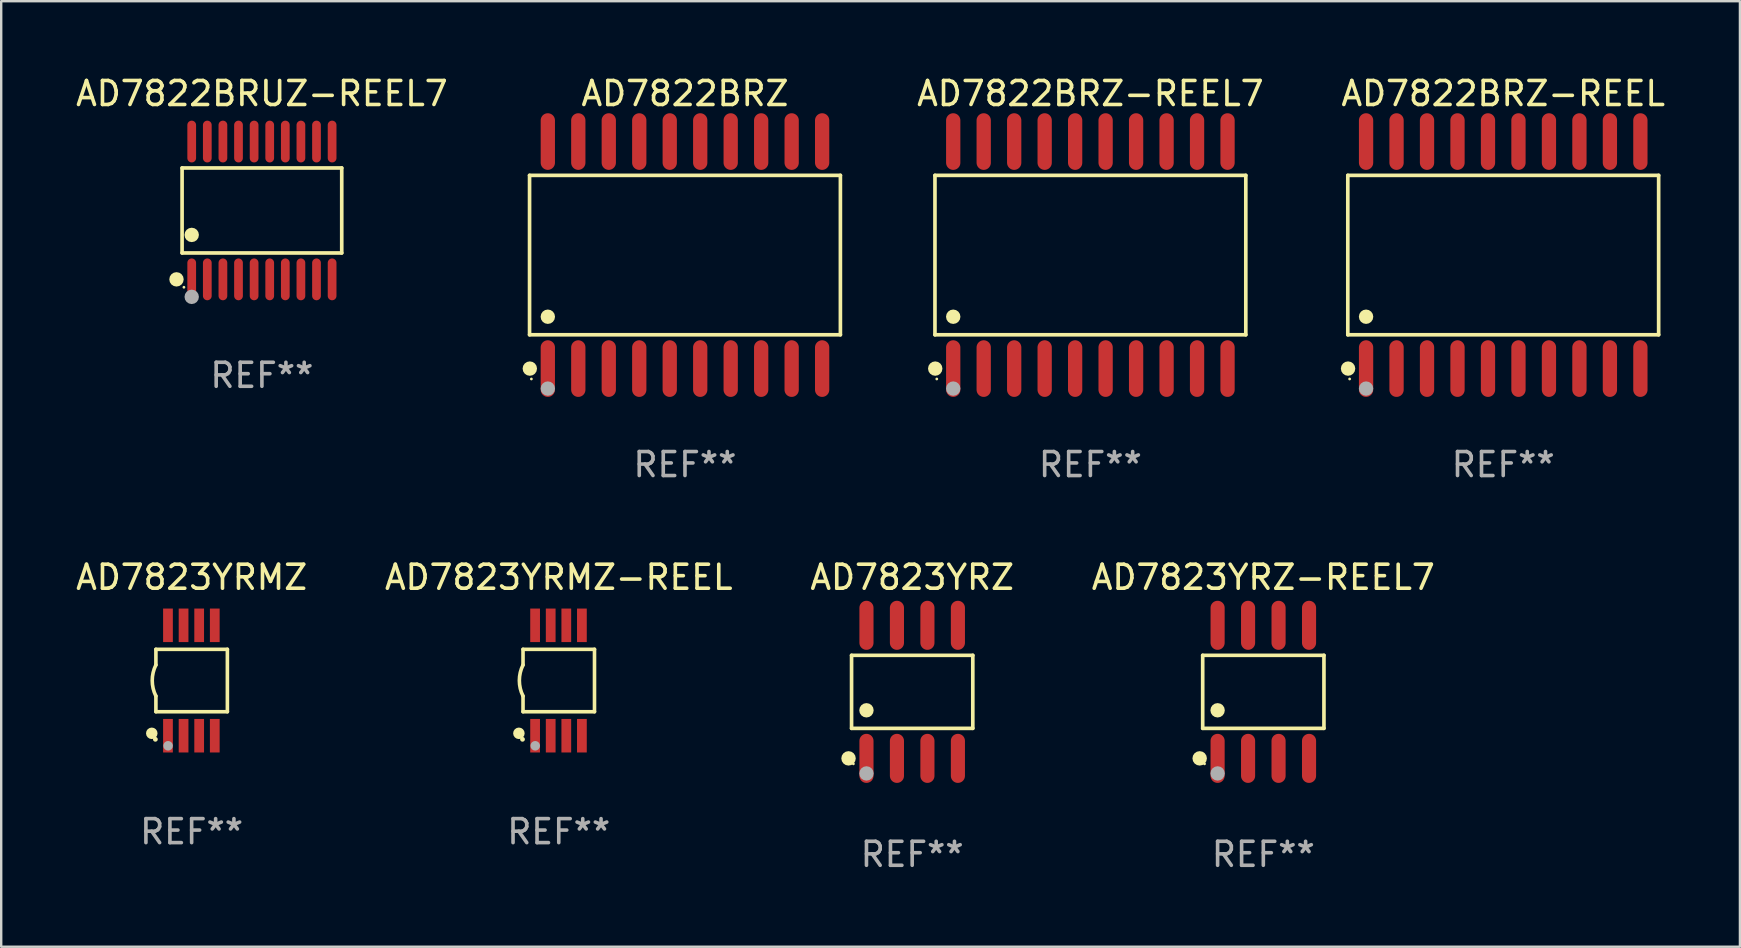
<source format=kicad_pcb>
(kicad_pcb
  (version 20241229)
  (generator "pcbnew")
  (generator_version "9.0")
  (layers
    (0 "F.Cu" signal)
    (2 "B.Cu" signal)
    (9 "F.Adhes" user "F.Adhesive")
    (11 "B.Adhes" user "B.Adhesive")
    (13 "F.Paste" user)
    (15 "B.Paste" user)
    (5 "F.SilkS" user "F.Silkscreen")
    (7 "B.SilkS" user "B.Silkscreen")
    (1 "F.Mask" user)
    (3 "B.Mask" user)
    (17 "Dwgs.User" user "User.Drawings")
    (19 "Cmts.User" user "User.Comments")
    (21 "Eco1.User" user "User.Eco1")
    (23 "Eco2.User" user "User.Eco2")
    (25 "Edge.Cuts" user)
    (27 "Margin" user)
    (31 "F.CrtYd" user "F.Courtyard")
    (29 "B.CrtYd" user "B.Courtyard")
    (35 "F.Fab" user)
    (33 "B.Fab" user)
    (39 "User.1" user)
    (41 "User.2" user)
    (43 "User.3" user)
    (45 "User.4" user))
  (footprint "AD7823YRMZ-REEL"
    (layer "F.Cu")
    (at 20.232 25.305)
    (property "Reference" "AD7823YRMZ-REEL" (at 0 -4.3 0) (layer "F.SilkS") (effects (font (size 1 1) (thickness 0.15))))
    (attr through_hole)
    (fp_line (start -1.489 -1.3) (end -1.489 -0.648) (stroke (width 0.15) (type solid)) (layer "F.SilkS"))
    (fp_line (start -1.489 0.648) (end -1.489 1.3) (stroke (width 0.15) (type solid)) (layer "F.SilkS"))
    (fp_line (start -1.489 1.3) (end 1.489 1.3) (stroke (width 0.15) (type solid)) (layer "F.SilkS"))
    (fp_line (start 1.489 -1.3) (end -1.489 -1.3) (stroke (width 0.15) (type solid)) (layer "F.SilkS"))
    (fp_line (start 1.489 1.3) (end 1.489 -1.3) (stroke (width 0.15) (type solid)) (layer "F.SilkS"))
    (fp_arc (start -1.489205 0.647702) (mid -1.642107 0) (end -1.489205 -0.647701) (stroke (width 0.150013) (type solid)) (layer "F.SilkS"))
    (fp_circle (center -1.661 2.2) (end -1.541 2.2) (stroke (width 0.24) (type solid)) (fill no) (layer "F.SilkS"))
    (fp_circle (center -1.511 2.45) (end -1.461 2.45) (stroke (width 0.1) (type solid)) (fill no) (layer "F.SilkS"))
    (fp_circle (center -0.981 2.72) (end -0.881 2.72) (stroke (width 0.2) (type solid)) (fill no) (layer "F.Fab"))
    (fp_text user "REF**" (at 0 6.3 0) (layer "F.Fab") (effects (font (size 1 1) (thickness 0.15))))
    (pad "1" smd rect (at -0.986 2.3) (size 0.406 1.397) (layers "F.Cu" "F.Mask" "F.Paste"))
    (pad "2" smd rect (at -0.336 2.3) (size 0.406 1.397) (layers "F.Cu" "F.Mask" "F.Paste"))
    (pad "3" smd rect (at 0.314 2.3) (size 0.406 1.397) (layers "F.Cu" "F.Mask" "F.Paste"))
    (pad "4" smd rect (at 0.964 2.3) (size 0.406 1.397) (layers "F.Cu" "F.Mask" "F.Paste"))
    (pad "5" smd rect (at 0.964 -2.3) (size 0.406 1.397) (layers "F.Cu" "F.Mask" "F.Paste"))
    (pad "6" smd rect (at 0.314 -2.3) (size 0.406 1.397) (layers "F.Cu" "F.Mask" "F.Paste"))
    (pad "7" smd rect (at -0.336 -2.3) (size 0.406 1.397) (layers "F.Cu" "F.Mask" "F.Paste"))
    (pad "8" smd rect (at -0.986 -2.3) (size 0.406 1.397) (layers "F.Cu" "F.Mask" "F.Paste")))
  (footprint "AD7823YRZ-REEL7"
    (layer "F.Cu")
    (at 49.589 25.777)
    (property "Reference" "AD7823YRZ-REEL7" (at 0 -4.772 0) (layer "F.SilkS") (effects (font (size 1 1) (thickness 0.15))))
    (attr through_hole)
    (fp_line (start -2.526 -1.521) (end 2.526 -1.521) (stroke (width 0.152) (type solid)) (layer "F.SilkS"))
    (fp_line (start -2.526 1.521) (end -2.526 -1.521) (stroke (width 0.152) (type solid)) (layer "F.SilkS"))
    (fp_line (start 2.526 -1.521) (end 2.526 1.521) (stroke (width 0.152) (type solid)) (layer "F.SilkS"))
    (fp_line (start 2.526 1.521) (end -2.526 1.521) (stroke (width 0.152) (type solid)) (layer "F.SilkS"))
    (fp_circle (center -2.652 2.772) (end -2.501 2.772) (stroke (width 0.3) (type solid)) (fill no) (layer "F.SilkS"))
    (fp_circle (center -2.45 3) (end -2.42 3) (stroke (width 0.06) (type solid)) (fill no) (layer "F.SilkS"))
    (fp_circle (center -1.905 0.769) (end -1.755 0.769) (stroke (width 0.3) (type solid)) (fill no) (layer "F.SilkS"))
    (fp_circle (center -1.905 3.4) (end -1.755 3.4) (stroke (width 0.3) (type solid)) (fill no) (layer "F.Fab"))
    (fp_text user "REF**" (at 0 6.772 0) (layer "F.Fab") (effects (font (size 1 1) (thickness 0.15))))
    (pad "1" smd oval (at -1.905 2.772) (size 0.588 2.045) (layers "F.Cu" "F.Mask" "F.Paste"))
    (pad "2" smd oval (at -0.635 2.772) (size 0.588 2.045) (layers "F.Cu" "F.Mask" "F.Paste"))
    (pad "3" smd oval (at 0.635 2.772) (size 0.588 2.045) (layers "F.Cu" "F.Mask" "F.Paste"))
    (pad "4" smd oval (at 1.905 2.772) (size 0.588 2.045) (layers "F.Cu" "F.Mask" "F.Paste"))
    (pad "5" smd oval (at 1.905 -2.772) (size 0.588 2.045) (layers "F.Cu" "F.Mask" "F.Paste"))
    (pad "6" smd oval (at 0.635 -2.772) (size 0.588 2.045) (layers "F.Cu" "F.Mask" "F.Paste"))
    (pad "7" smd oval (at -0.635 -2.772) (size 0.588 2.045) (layers "F.Cu" "F.Mask" "F.Paste"))
    (pad "8" smd oval (at -1.905 -2.772) (size 0.588 2.045) (layers "F.Cu" "F.Mask" "F.Paste")))
  (footprint "AD7823YRZ"
    (layer "F.Cu")
    (at 34.958 25.777)
    (property "Reference" "AD7823YRZ" (at 0 -4.772 0) (layer "F.SilkS") (effects (font (size 1 1) (thickness 0.15))))
    (attr through_hole)
    (fp_line (start -2.526 -1.521) (end 2.526 -1.521) (stroke (width 0.152) (type solid)) (layer "F.SilkS"))
    (fp_line (start -2.526 1.521) (end -2.526 -1.521) (stroke (width 0.152) (type solid)) (layer "F.SilkS"))
    (fp_line (start 2.526 -1.521) (end 2.526 1.521) (stroke (width 0.152) (type solid)) (layer "F.SilkS"))
    (fp_line (start 2.526 1.521) (end -2.526 1.521) (stroke (width 0.152) (type solid)) (layer "F.SilkS"))
    (fp_circle (center -2.652 2.772) (end -2.501 2.772) (stroke (width 0.3) (type solid)) (fill no) (layer "F.SilkS"))
    (fp_circle (center -2.45 3) (end -2.42 3) (stroke (width 0.06) (type solid)) (fill no) (layer "F.SilkS"))
    (fp_circle (center -1.905 0.769) (end -1.755 0.769) (stroke (width 0.3) (type solid)) (fill no) (layer "F.SilkS"))
    (fp_circle (center -1.905 3.4) (end -1.755 3.4) (stroke (width 0.3) (type solid)) (fill no) (layer "F.Fab"))
    (fp_text user "REF**" (at 0 6.772 0) (layer "F.Fab") (effects (font (size 1 1) (thickness 0.15))))
    (pad "1" smd oval (at -1.905 2.772) (size 0.588 2.045) (layers "F.Cu" "F.Mask" "F.Paste"))
    (pad "2" smd oval (at -0.635 2.772) (size 0.588 2.045) (layers "F.Cu" "F.Mask" "F.Paste"))
    (pad "3" smd oval (at 0.635 2.772) (size 0.588 2.045) (layers "F.Cu" "F.Mask" "F.Paste"))
    (pad "4" smd oval (at 1.905 2.772) (size 0.588 2.045) (layers "F.Cu" "F.Mask" "F.Paste"))
    (pad "5" smd oval (at 1.905 -2.772) (size 0.588 2.045) (layers "F.Cu" "F.Mask" "F.Paste"))
    (pad "6" smd oval (at 0.635 -2.772) (size 0.588 2.045) (layers "F.Cu" "F.Mask" "F.Paste"))
    (pad "7" smd oval (at -0.635 -2.772) (size 0.588 2.045) (layers "F.Cu" "F.Mask" "F.Paste"))
    (pad "8" smd oval (at -1.905 -2.772) (size 0.588 2.045) (layers "F.Cu" "F.Mask" "F.Paste")))
  (footprint "AD7822BRZ-REEL"
    (layer "F.Cu")
    (at 59.585 7.578)
    (property "Reference" "AD7822BRZ-REEL" (at 0 -6.73 0) (layer "F.SilkS") (effects (font (size 1 1) (thickness 0.15))))
    (attr through_hole)
    (fp_line (start -6.476 -3.321) (end 6.476 -3.321) (stroke (width 0.152) (type solid)) (layer "F.SilkS"))
    (fp_line (start -6.476 3.321) (end -6.476 -3.321) (stroke (width 0.152) (type solid)) (layer "F.SilkS"))
    (fp_line (start 6.476 -3.321) (end 6.476 3.321) (stroke (width 0.152) (type solid)) (layer "F.SilkS"))
    (fp_line (start 6.476 3.321) (end -6.476 3.321) (stroke (width 0.152) (type solid)) (layer "F.SilkS"))
    (fp_circle (center -6.465 4.73) (end -6.315 4.73) (stroke (width 0.3) (type solid)) (fill no) (layer "F.SilkS"))
    (fp_circle (center -6.4 5.163) (end -6.37 5.163) (stroke (width 0.06) (type solid)) (fill no) (layer "F.SilkS"))
    (fp_circle (center -5.715 2.569) (end -5.565 2.569) (stroke (width 0.3) (type solid)) (fill no) (layer "F.SilkS"))
    (fp_circle (center -5.715 5.563) (end -5.565 5.563) (stroke (width 0.3) (type solid)) (fill no) (layer "F.Fab"))
    (fp_text user "REF**" (at 0 8.73 0) (layer "F.Fab") (effects (font (size 1 1) (thickness 0.15))))
    (pad "1" smd oval (at -5.715 4.73) (size 0.595 2.36) (layers "F.Cu" "F.Mask" "F.Paste"))
    (pad "2" smd oval (at -4.445 4.73) (size 0.595 2.36) (layers "F.Cu" "F.Mask" "F.Paste"))
    (pad "3" smd oval (at -3.175 4.73) (size 0.595 2.36) (layers "F.Cu" "F.Mask" "F.Paste"))
    (pad "4" smd oval (at -1.905 4.73) (size 0.595 2.36) (layers "F.Cu" "F.Mask" "F.Paste"))
    (pad "5" smd oval (at -0.635 4.73) (size 0.595 2.36) (layers "F.Cu" "F.Mask" "F.Paste"))
    (pad "6" smd oval (at 0.635 4.73) (size 0.595 2.36) (layers "F.Cu" "F.Mask" "F.Paste"))
    (pad "7" smd oval (at 1.905 4.73) (size 0.595 2.36) (layers "F.Cu" "F.Mask" "F.Paste"))
    (pad "8" smd oval (at 3.175 4.73) (size 0.595 2.36) (layers "F.Cu" "F.Mask" "F.Paste"))
    (pad "9" smd oval (at 4.445 4.73) (size 0.595 2.36) (layers "F.Cu" "F.Mask" "F.Paste"))
    (pad "10" smd oval (at 5.715 4.73) (size 0.595 2.36) (layers "F.Cu" "F.Mask" "F.Paste"))
    (pad "11" smd oval (at 5.715 -4.73) (size 0.595 2.36) (layers "F.Cu" "F.Mask" "F.Paste"))
    (pad "12" smd oval (at 4.445 -4.73) (size 0.595 2.36) (layers "F.Cu" "F.Mask" "F.Paste"))
    (pad "13" smd oval (at 3.175 -4.73) (size 0.595 2.36) (layers "F.Cu" "F.Mask" "F.Paste"))
    (pad "14" smd oval (at 1.905 -4.73) (size 0.595 2.36) (layers "F.Cu" "F.Mask" "F.Paste"))
    (pad "15" smd oval (at 0.635 -4.73) (size 0.595 2.36) (layers "F.Cu" "F.Mask" "F.Paste"))
    (pad "16" smd oval (at -0.635 -4.73) (size 0.595 2.36) (layers "F.Cu" "F.Mask" "F.Paste"))
    (pad "17" smd oval (at -1.905 -4.73) (size 0.595 2.36) (layers "F.Cu" "F.Mask" "F.Paste"))
    (pad "18" smd oval (at -3.175 -4.73) (size 0.595 2.36) (layers "F.Cu" "F.Mask" "F.Paste"))
    (pad "19" smd oval (at -4.445 -4.73) (size 0.595 2.36) (layers "F.Cu" "F.Mask" "F.Paste"))
    (pad "20" smd oval (at -5.715 -4.73) (size 0.595 2.36) (layers "F.Cu" "F.Mask" "F.Paste")))
  (footprint "AD7822BRUZ-REEL7"
    (layer "F.Cu")
    (at 7.863 5.719)
    (property "Reference" "AD7822BRUZ-REEL7" (at 0 -4.871 0) (layer "F.SilkS") (effects (font (size 1 1) (thickness 0.15))))
    (attr through_hole)
    (fp_line (start -3.326 -1.771) (end 3.326 -1.771) (stroke (width 0.152) (type solid)) (layer "F.SilkS"))
    (fp_line (start -3.326 1.771) (end -3.326 -1.771) (stroke (width 0.152) (type solid)) (layer "F.SilkS"))
    (fp_line (start 3.326 -1.771) (end 3.326 1.771) (stroke (width 0.152) (type solid)) (layer "F.SilkS"))
    (fp_line (start 3.326 1.771) (end -3.326 1.771) (stroke (width 0.152) (type solid)) (layer "F.SilkS"))
    (fp_circle (center -3.559 2.871) (end -3.409 2.871) (stroke (width 0.3) (type solid)) (fill no) (layer "F.SilkS"))
    (fp_circle (center -3.25 3.2) (end -3.22 3.2) (stroke (width 0.06) (type solid)) (fill no) (layer "F.SilkS"))
    (fp_circle (center -2.925 1.019) (end -2.775 1.019) (stroke (width 0.3) (type solid)) (fill no) (layer "F.SilkS"))
    (fp_circle (center -2.925 3.6) (end -2.775 3.6) (stroke (width 0.3) (type solid)) (fill no) (layer "F.Fab"))
    (fp_text user "REF**" (at 0 6.871 0) (layer "F.Fab") (effects (font (size 1 1) (thickness 0.15))))
    (pad "1" smd oval (at -2.925 2.871) (size 0.364 1.742) (layers "F.Cu" "F.Mask" "F.Paste"))
    (pad "2" smd oval (at -2.275 2.871) (size 0.364 1.742) (layers "F.Cu" "F.Mask" "F.Paste"))
    (pad "3" smd oval (at -1.625 2.871) (size 0.364 1.742) (layers "F.Cu" "F.Mask" "F.Paste"))
    (pad "4" smd oval (at -0.975 2.871) (size 0.364 1.742) (layers "F.Cu" "F.Mask" "F.Paste"))
    (pad "5" smd oval (at -0.325 2.871) (size 0.364 1.742) (layers "F.Cu" "F.Mask" "F.Paste"))
    (pad "6" smd oval (at 0.325 2.871) (size 0.364 1.742) (layers "F.Cu" "F.Mask" "F.Paste"))
    (pad "7" smd oval (at 0.975 2.871) (size 0.364 1.742) (layers "F.Cu" "F.Mask" "F.Paste"))
    (pad "8" smd oval (at 1.625 2.871) (size 0.364 1.742) (layers "F.Cu" "F.Mask" "F.Paste"))
    (pad "9" smd oval (at 2.275 2.871) (size 0.364 1.742) (layers "F.Cu" "F.Mask" "F.Paste"))
    (pad "10" smd oval (at 2.925 2.871) (size 0.364 1.742) (layers "F.Cu" "F.Mask" "F.Paste"))
    (pad "11" smd oval (at 2.925 -2.871) (size 0.364 1.742) (layers "F.Cu" "F.Mask" "F.Paste"))
    (pad "12" smd oval (at 2.275 -2.871) (size 0.364 1.742) (layers "F.Cu" "F.Mask" "F.Paste"))
    (pad "13" smd oval (at 1.625 -2.871) (size 0.364 1.742) (layers "F.Cu" "F.Mask" "F.Paste"))
    (pad "14" smd oval (at 0.975 -2.871) (size 0.364 1.742) (layers "F.Cu" "F.Mask" "F.Paste"))
    (pad "15" smd oval (at 0.325 -2.871) (size 0.364 1.742) (layers "F.Cu" "F.Mask" "F.Paste"))
    (pad "16" smd oval (at -0.325 -2.871) (size 0.364 1.742) (layers "F.Cu" "F.Mask" "F.Paste"))
    (pad "17" smd oval (at -0.975 -2.871) (size 0.364 1.742) (layers "F.Cu" "F.Mask" "F.Paste"))
    (pad "18" smd oval (at -1.625 -2.871) (size 0.364 1.742) (layers "F.Cu" "F.Mask" "F.Paste"))
    (pad "19" smd oval (at -2.275 -2.871) (size 0.364 1.742) (layers "F.Cu" "F.Mask" "F.Paste"))
    (pad "20" smd oval (at -2.925 -2.871) (size 0.364 1.742) (layers "F.Cu" "F.Mask" "F.Paste")))
  (footprint "AD7822BRZ"
    (layer "F.Cu")
    (at 25.491 7.578)
    (property "Reference" "AD7822BRZ" (at 0 -6.73 0) (layer "F.SilkS") (effects (font (size 1 1) (thickness 0.15))))
    (attr through_hole)
    (fp_line (start -6.476 -3.321) (end 6.476 -3.321) (stroke (width 0.152) (type solid)) (layer "F.SilkS"))
    (fp_line (start -6.476 3.321) (end -6.476 -3.321) (stroke (width 0.152) (type solid)) (layer "F.SilkS"))
    (fp_line (start 6.476 -3.321) (end 6.476 3.321) (stroke (width 0.152) (type solid)) (layer "F.SilkS"))
    (fp_line (start 6.476 3.321) (end -6.476 3.321) (stroke (width 0.152) (type solid)) (layer "F.SilkS"))
    (fp_circle (center -6.465 4.73) (end -6.315 4.73) (stroke (width 0.3) (type solid)) (fill no) (layer "F.SilkS"))
    (fp_circle (center -6.4 5.163) (end -6.37 5.163) (stroke (width 0.06) (type solid)) (fill no) (layer "F.SilkS"))
    (fp_circle (center -5.715 2.569) (end -5.565 2.569) (stroke (width 0.3) (type solid)) (fill no) (layer "F.SilkS"))
    (fp_circle (center -5.715 5.563) (end -5.565 5.563) (stroke (width 0.3) (type solid)) (fill no) (layer "F.Fab"))
    (fp_text user "REF**" (at 0 8.73 0) (layer "F.Fab") (effects (font (size 1 1) (thickness 0.15))))
    (pad "1" smd oval (at -5.715 4.73) (size 0.595 2.36) (layers "F.Cu" "F.Mask" "F.Paste"))
    (pad "2" smd oval (at -4.445 4.73) (size 0.595 2.36) (layers "F.Cu" "F.Mask" "F.Paste"))
    (pad "3" smd oval (at -3.175 4.73) (size 0.595 2.36) (layers "F.Cu" "F.Mask" "F.Paste"))
    (pad "4" smd oval (at -1.905 4.73) (size 0.595 2.36) (layers "F.Cu" "F.Mask" "F.Paste"))
    (pad "5" smd oval (at -0.635 4.73) (size 0.595 2.36) (layers "F.Cu" "F.Mask" "F.Paste"))
    (pad "6" smd oval (at 0.635 4.73) (size 0.595 2.36) (layers "F.Cu" "F.Mask" "F.Paste"))
    (pad "7" smd oval (at 1.905 4.73) (size 0.595 2.36) (layers "F.Cu" "F.Mask" "F.Paste"))
    (pad "8" smd oval (at 3.175 4.73) (size 0.595 2.36) (layers "F.Cu" "F.Mask" "F.Paste"))
    (pad "9" smd oval (at 4.445 4.73) (size 0.595 2.36) (layers "F.Cu" "F.Mask" "F.Paste"))
    (pad "10" smd oval (at 5.715 4.73) (size 0.595 2.36) (layers "F.Cu" "F.Mask" "F.Paste"))
    (pad "11" smd oval (at 5.715 -4.73) (size 0.595 2.36) (layers "F.Cu" "F.Mask" "F.Paste"))
    (pad "12" smd oval (at 4.445 -4.73) (size 0.595 2.36) (layers "F.Cu" "F.Mask" "F.Paste"))
    (pad "13" smd oval (at 3.175 -4.73) (size 0.595 2.36) (layers "F.Cu" "F.Mask" "F.Paste"))
    (pad "14" smd oval (at 1.905 -4.73) (size 0.595 2.36) (layers "F.Cu" "F.Mask" "F.Paste"))
    (pad "15" smd oval (at 0.635 -4.73) (size 0.595 2.36) (layers "F.Cu" "F.Mask" "F.Paste"))
    (pad "16" smd oval (at -0.635 -4.73) (size 0.595 2.36) (layers "F.Cu" "F.Mask" "F.Paste"))
    (pad "17" smd oval (at -1.905 -4.73) (size 0.595 2.36) (layers "F.Cu" "F.Mask" "F.Paste"))
    (pad "18" smd oval (at -3.175 -4.73) (size 0.595 2.36) (layers "F.Cu" "F.Mask" "F.Paste"))
    (pad "19" smd oval (at -4.445 -4.73) (size 0.595 2.36) (layers "F.Cu" "F.Mask" "F.Paste"))
    (pad "20" smd oval (at -5.715 -4.73) (size 0.595 2.36) (layers "F.Cu" "F.Mask" "F.Paste")))
  (footprint "AD7822BRZ-REEL7"
    (layer "F.Cu")
    (at 42.383 7.578)
    (property "Reference" "AD7822BRZ-REEL7" (at 0 -6.73 0) (layer "F.SilkS") (effects (font (size 1 1) (thickness 0.15))))
    (attr through_hole)
    (fp_line (start -6.476 -3.321) (end 6.476 -3.321) (stroke (width 0.152) (type solid)) (layer "F.SilkS"))
    (fp_line (start -6.476 3.321) (end -6.476 -3.321) (stroke (width 0.152) (type solid)) (layer "F.SilkS"))
    (fp_line (start 6.476 -3.321) (end 6.476 3.321) (stroke (width 0.152) (type solid)) (layer "F.SilkS"))
    (fp_line (start 6.476 3.321) (end -6.476 3.321) (stroke (width 0.152) (type solid)) (layer "F.SilkS"))
    (fp_circle (center -6.465 4.73) (end -6.315 4.73) (stroke (width 0.3) (type solid)) (fill no) (layer "F.SilkS"))
    (fp_circle (center -6.4 5.163) (end -6.37 5.163) (stroke (width 0.06) (type solid)) (fill no) (layer "F.SilkS"))
    (fp_circle (center -5.715 2.569) (end -5.565 2.569) (stroke (width 0.3) (type solid)) (fill no) (layer "F.SilkS"))
    (fp_circle (center -5.715 5.563) (end -5.565 5.563) (stroke (width 0.3) (type solid)) (fill no) (layer "F.Fab"))
    (fp_text user "REF**" (at 0 8.73 0) (layer "F.Fab") (effects (font (size 1 1) (thickness 0.15))))
    (pad "1" smd oval (at -5.715 4.73) (size 0.595 2.36) (layers "F.Cu" "F.Mask" "F.Paste"))
    (pad "2" smd oval (at -4.445 4.73) (size 0.595 2.36) (layers "F.Cu" "F.Mask" "F.Paste"))
    (pad "3" smd oval (at -3.175 4.73) (size 0.595 2.36) (layers "F.Cu" "F.Mask" "F.Paste"))
    (pad "4" smd oval (at -1.905 4.73) (size 0.595 2.36) (layers "F.Cu" "F.Mask" "F.Paste"))
    (pad "5" smd oval (at -0.635 4.73) (size 0.595 2.36) (layers "F.Cu" "F.Mask" "F.Paste"))
    (pad "6" smd oval (at 0.635 4.73) (size 0.595 2.36) (layers "F.Cu" "F.Mask" "F.Paste"))
    (pad "7" smd oval (at 1.905 4.73) (size 0.595 2.36) (layers "F.Cu" "F.Mask" "F.Paste"))
    (pad "8" smd oval (at 3.175 4.73) (size 0.595 2.36) (layers "F.Cu" "F.Mask" "F.Paste"))
    (pad "9" smd oval (at 4.445 4.73) (size 0.595 2.36) (layers "F.Cu" "F.Mask" "F.Paste"))
    (pad "10" smd oval (at 5.715 4.73) (size 0.595 2.36) (layers "F.Cu" "F.Mask" "F.Paste"))
    (pad "11" smd oval (at 5.715 -4.73) (size 0.595 2.36) (layers "F.Cu" "F.Mask" "F.Paste"))
    (pad "12" smd oval (at 4.445 -4.73) (size 0.595 2.36) (layers "F.Cu" "F.Mask" "F.Paste"))
    (pad "13" smd oval (at 3.175 -4.73) (size 0.595 2.36) (layers "F.Cu" "F.Mask" "F.Paste"))
    (pad "14" smd oval (at 1.905 -4.73) (size 0.595 2.36) (layers "F.Cu" "F.Mask" "F.Paste"))
    (pad "15" smd oval (at 0.635 -4.73) (size 0.595 2.36) (layers "F.Cu" "F.Mask" "F.Paste"))
    (pad "16" smd oval (at -0.635 -4.73) (size 0.595 2.36) (layers "F.Cu" "F.Mask" "F.Paste"))
    (pad "17" smd oval (at -1.905 -4.73) (size 0.595 2.36) (layers "F.Cu" "F.Mask" "F.Paste"))
    (pad "18" smd oval (at -3.175 -4.73) (size 0.595 2.36) (layers "F.Cu" "F.Mask" "F.Paste"))
    (pad "19" smd oval (at -4.445 -4.73) (size 0.595 2.36) (layers "F.Cu" "F.Mask" "F.Paste"))
    (pad "20" smd oval (at -5.715 -4.73) (size 0.595 2.36) (layers "F.Cu" "F.Mask" "F.Paste")))
  (footprint "AD7823YRMZ"
    (layer "F.Cu")
    (at 4.935 25.305)
    (property "Reference" "AD7823YRMZ" (at 0 -4.3 0) (layer "F.SilkS") (effects (font (size 1 1) (thickness 0.15))))
    (attr through_hole)
    (fp_line (start -1.489 -1.3) (end -1.489 -0.648) (stroke (width 0.15) (type solid)) (layer "F.SilkS"))
    (fp_line (start -1.489 0.648) (end -1.489 1.3) (stroke (width 0.15) (type solid)) (layer "F.SilkS"))
    (fp_line (start -1.489 1.3) (end 1.489 1.3) (stroke (width 0.15) (type solid)) (layer "F.SilkS"))
    (fp_line (start 1.489 -1.3) (end -1.489 -1.3) (stroke (width 0.15) (type solid)) (layer "F.SilkS"))
    (fp_line (start 1.489 1.3) (end 1.489 -1.3) (stroke (width 0.15) (type solid)) (layer "F.SilkS"))
    (fp_arc (start -1.489205 0.647702) (mid -1.642107 0) (end -1.489205 -0.647701) (stroke (width 0.150013) (type solid)) (layer "F.SilkS"))
    (fp_circle (center -1.661 2.2) (end -1.541 2.2) (stroke (width 0.24) (type solid)) (fill no) (layer "F.SilkS"))
    (fp_circle (center -1.511 2.45) (end -1.461 2.45) (stroke (width 0.1) (type solid)) (fill no) (layer "F.SilkS"))
    (fp_circle (center -0.981 2.72) (end -0.881 2.72) (stroke (width 0.2) (type solid)) (fill no) (layer "F.Fab"))
    (fp_text user "REF**" (at 0 6.3 0) (layer "F.Fab") (effects (font (size 1 1) (thickness 0.15))))
    (pad "1" smd rect (at -0.986 2.3) (size 0.406 1.397) (layers "F.Cu" "F.Mask" "F.Paste"))
    (pad "2" smd rect (at -0.336 2.3) (size 0.406 1.397) (layers "F.Cu" "F.Mask" "F.Paste"))
    (pad "3" smd rect (at 0.314 2.3) (size 0.406 1.397) (layers "F.Cu" "F.Mask" "F.Paste"))
    (pad "4" smd rect (at 0.964 2.3) (size 0.406 1.397) (layers "F.Cu" "F.Mask" "F.Paste"))
    (pad "5" smd rect (at 0.964 -2.3) (size 0.406 1.397) (layers "F.Cu" "F.Mask" "F.Paste"))
    (pad "6" smd rect (at 0.314 -2.3) (size 0.406 1.397) (layers "F.Cu" "F.Mask" "F.Paste"))
    (pad "7" smd rect (at -0.336 -2.3) (size 0.406 1.397) (layers "F.Cu" "F.Mask" "F.Paste"))
    (pad "8" smd rect (at -0.986 -2.3) (size 0.406 1.397) (layers "F.Cu" "F.Mask" "F.Paste")))
  (gr_rect
    (start -3 -3)
    (end 69.448 36.398)
    (stroke (width 0.1) (type default))
    (fill no)
    (layer "Edge.Cuts")))
</source>
